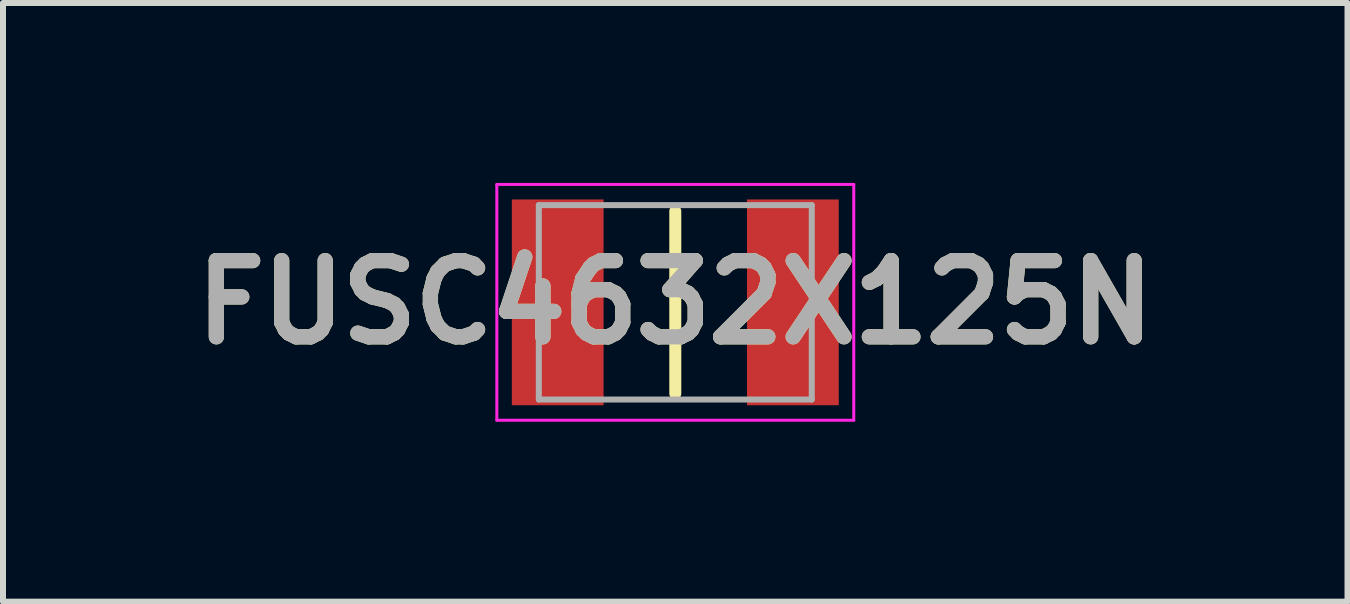
<source format=kicad_pcb>
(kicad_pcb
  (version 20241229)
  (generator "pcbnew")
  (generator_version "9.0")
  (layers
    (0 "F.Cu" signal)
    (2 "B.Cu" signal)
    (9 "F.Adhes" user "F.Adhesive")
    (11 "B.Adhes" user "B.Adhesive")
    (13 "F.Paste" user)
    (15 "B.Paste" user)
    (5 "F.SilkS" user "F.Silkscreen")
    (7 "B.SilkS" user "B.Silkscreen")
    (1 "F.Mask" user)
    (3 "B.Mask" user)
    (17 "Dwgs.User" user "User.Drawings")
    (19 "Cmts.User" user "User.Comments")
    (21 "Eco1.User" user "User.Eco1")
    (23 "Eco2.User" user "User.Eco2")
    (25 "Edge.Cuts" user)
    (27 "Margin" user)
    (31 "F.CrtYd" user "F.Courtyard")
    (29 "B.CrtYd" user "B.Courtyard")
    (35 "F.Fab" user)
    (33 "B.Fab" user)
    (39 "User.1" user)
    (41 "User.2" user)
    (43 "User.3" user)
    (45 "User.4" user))
  (footprint "FUSC4632X125N"
    (layer "F.Cu")
    (at 8.207 1.99)
    (property "Reference" "FUSC4632X125N" (at 0 0 0) (layer "F.SilkS") (effects (font (size 1.27 1.27) (thickness 0.254))))
    (attr smd)
    (fp_line (start 0 -1.52) (end 0 1.52) (stroke (width 0.2) (type solid)) (layer "F.SilkS"))
    (fp_line (start -2.975 -1.965) (end 2.975 -1.965) (stroke (width 0.05) (type solid)) (layer "F.CrtYd"))
    (fp_line (start -2.975 1.965) (end -2.975 -1.965) (stroke (width 0.05) (type solid)) (layer "F.CrtYd"))
    (fp_line (start 2.975 -1.965) (end 2.975 1.965) (stroke (width 0.05) (type solid)) (layer "F.CrtYd"))
    (fp_line (start 2.975 1.965) (end -2.975 1.965) (stroke (width 0.05) (type solid)) (layer "F.CrtYd"))
    (fp_line (start -2.275 -1.62) (end 2.275 -1.62) (stroke (width 0.1) (type solid)) (layer "F.Fab"))
    (fp_line (start -2.275 1.62) (end -2.275 -1.62) (stroke (width 0.1) (type solid)) (layer "F.Fab"))
    (fp_line (start 2.275 -1.62) (end 2.275 1.62) (stroke (width 0.1) (type solid)) (layer "F.Fab"))
    (fp_line (start 2.275 1.62) (end -2.275 1.62) (stroke (width 0.1) (type solid)) (layer "F.Fab"))
    (fp_text user "${REFERENCE}" (at 0 0 0) (layer "F.Fab") (effects (font (size 1.27 1.27) (thickness 0.254))))
    (pad "1" smd rect (at -1.96 0) (size 1.53 3.43) (layers "F.Cu" "F.Mask" "F.Paste"))
    (pad "2" smd rect (at 1.96 0) (size 1.53 3.43) (layers "F.Cu" "F.Mask" "F.Paste")))
  (gr_rect
    (start -3 -3)
    (end 19.413 6.98)
    (stroke (width 0.1) (type default))
    (fill no)
    (layer "Edge.Cuts")))
</source>
